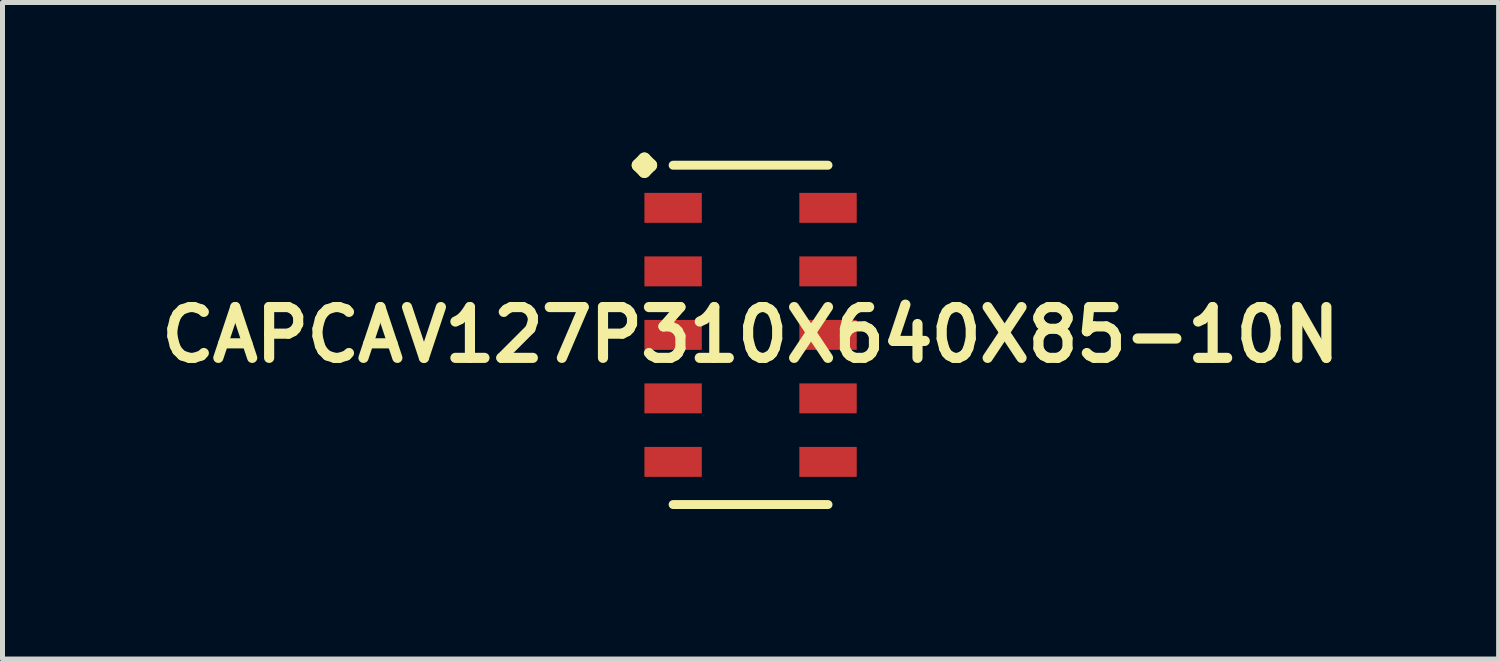
<source format=kicad_pcb>
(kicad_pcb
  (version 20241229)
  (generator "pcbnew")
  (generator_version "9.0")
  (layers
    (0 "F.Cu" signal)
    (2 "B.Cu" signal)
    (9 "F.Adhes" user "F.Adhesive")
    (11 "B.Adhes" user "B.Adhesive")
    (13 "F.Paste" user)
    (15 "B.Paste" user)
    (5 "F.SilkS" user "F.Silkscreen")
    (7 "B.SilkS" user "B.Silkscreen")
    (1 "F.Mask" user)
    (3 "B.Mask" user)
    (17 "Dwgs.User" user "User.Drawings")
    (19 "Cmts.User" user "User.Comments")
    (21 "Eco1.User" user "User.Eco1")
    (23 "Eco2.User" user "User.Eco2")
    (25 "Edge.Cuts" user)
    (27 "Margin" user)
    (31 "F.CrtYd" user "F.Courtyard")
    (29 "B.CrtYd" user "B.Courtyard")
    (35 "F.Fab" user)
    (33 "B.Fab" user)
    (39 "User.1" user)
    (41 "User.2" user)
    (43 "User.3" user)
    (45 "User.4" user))
  (footprint "CAPCAV127P310X640X85-10N"
    (layer "F.Cu")
    (at 11.96 3.647)
    (property "Reference" "CAPCAV127P310X640X85-10N" (at 0 0 0) (layer "F.SilkS") (effects (font (size 1.016 1.016) (thickness 0.203))))
    (attr smd)
    (fp_line (start -2.25 -3.393) (end -2.123 -3.52) (stroke (width 0.254) (type solid)) (layer "F.SilkS"))
    (fp_line (start -2.123 -3.52) (end -1.996 -3.393) (stroke (width 0.254) (type solid)) (layer "F.SilkS"))
    (fp_line (start -2.123 -3.266) (end -2.25 -3.393) (stroke (width 0.254) (type solid)) (layer "F.SilkS"))
    (fp_line (start -1.996 -3.393) (end -2.123 -3.266) (stroke (width 0.254) (type solid)) (layer "F.SilkS"))
    (fp_line (start -1.549 -3.393) (end 1.549 -3.393) (stroke (width 0.178) (type solid)) (layer "F.SilkS"))
    (fp_line (start -1.549 3.393) (end 1.549 3.393) (stroke (width 0.178) (type solid)) (layer "F.SilkS"))
    (pad "1" smd rect (at -1.549 -2.54) (size 1.148 0.599) (layers "F.Cu" "F.Mask" "F.Paste"))
    (pad "2" smd rect (at -1.549 -1.27) (size 1.148 0.599) (layers "F.Cu" "F.Mask" "F.Paste"))
    (pad "3" smd rect (at -1.549 0) (size 1.148 0.599) (layers "F.Cu" "F.Mask" "F.Paste"))
    (pad "4" smd rect (at -1.549 1.27) (size 1.148 0.599) (layers "F.Cu" "F.Mask" "F.Paste"))
    (pad "5" smd rect (at -1.549 2.54) (size 1.148 0.599) (layers "F.Cu" "F.Mask" "F.Paste"))
    (pad "6" smd rect (at 1.549 2.54) (size 1.148 0.599) (layers "F.Cu" "F.Mask" "F.Paste"))
    (pad "7" smd rect (at 1.549 1.27) (size 1.148 0.599) (layers "F.Cu" "F.Mask" "F.Paste"))
    (pad "8" smd rect (at 1.549 0) (size 1.148 0.599) (layers "F.Cu" "F.Mask" "F.Paste"))
    (pad "9" smd rect (at 1.549 -1.27) (size 1.148 0.599) (layers "F.Cu" "F.Mask" "F.Paste"))
    (pad "10" smd rect (at 1.549 -2.54) (size 1.148 0.599) (layers "F.Cu" "F.Mask" "F.Paste")))
  (gr_rect
    (start -3 -3)
    (end 26.92 10.13)
    (stroke (width 0.1) (type default))
    (fill no)
    (layer "Edge.Cuts")))
</source>
